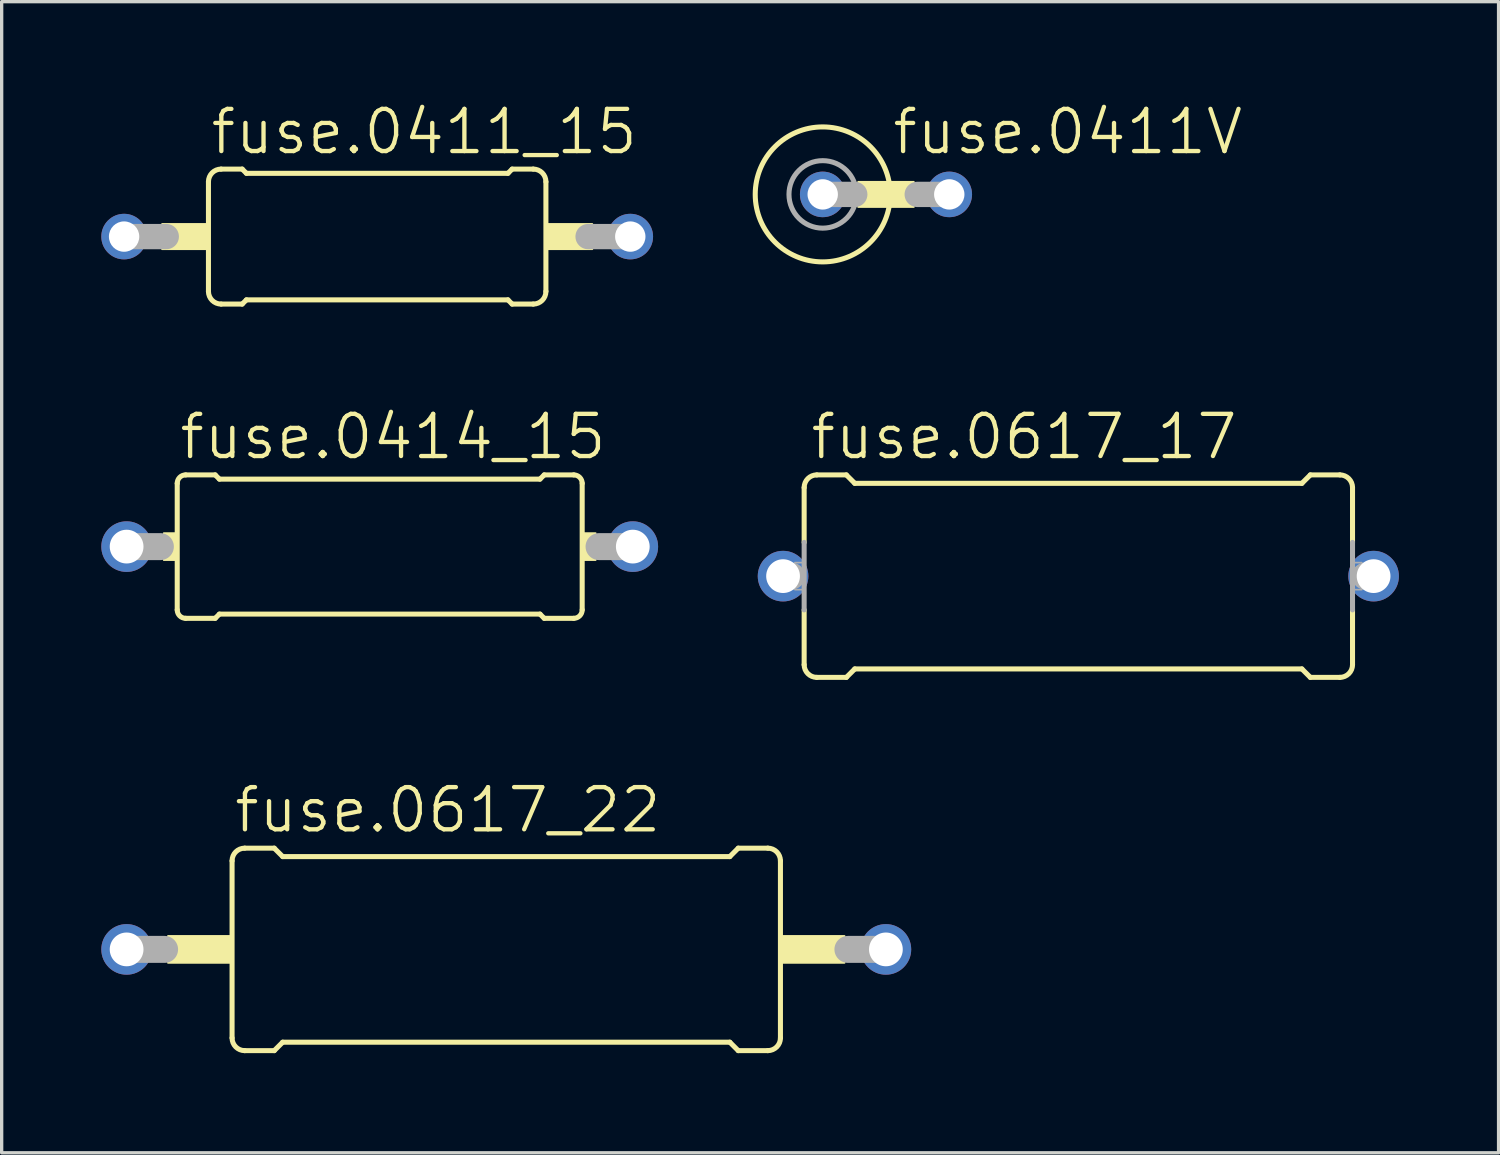
<source format=kicad_pcb>
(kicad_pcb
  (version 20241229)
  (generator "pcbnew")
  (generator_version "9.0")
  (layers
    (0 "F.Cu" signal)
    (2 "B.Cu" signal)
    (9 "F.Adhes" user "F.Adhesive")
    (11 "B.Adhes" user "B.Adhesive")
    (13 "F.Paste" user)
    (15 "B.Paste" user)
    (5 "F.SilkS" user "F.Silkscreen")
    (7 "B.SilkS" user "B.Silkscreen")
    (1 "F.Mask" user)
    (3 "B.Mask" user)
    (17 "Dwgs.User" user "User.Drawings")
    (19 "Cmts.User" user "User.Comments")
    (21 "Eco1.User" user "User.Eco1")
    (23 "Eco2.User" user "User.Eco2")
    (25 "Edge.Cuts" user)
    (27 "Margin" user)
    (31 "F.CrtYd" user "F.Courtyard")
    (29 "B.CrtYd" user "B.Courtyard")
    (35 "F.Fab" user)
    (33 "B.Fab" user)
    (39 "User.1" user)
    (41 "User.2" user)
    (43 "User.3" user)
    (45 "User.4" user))
  (footprint "fuse.0617_22"
    (layer "F.Cu")
    (at 12.192 25.534)
    (property "Reference" "fuse.0617_22" (at -8.255 -3.454 0) (layer "F.SilkS") (effects (font (size 1.27 1.27) (thickness 0.13)) (justify left bottom)))
    (attr through_hole)
    (fp_line (start -8.255 2.667) (end -8.255 -2.667) (stroke (width 0.152) (type default)) (layer "F.SilkS"))
    (fp_line (start -7.874 -3.048) (end -6.985 -3.048) (stroke (width 0.152) (type default)) (layer "F.SilkS"))
    (fp_line (start -7.874 3.048) (end -6.985 3.048) (stroke (width 0.152) (type default)) (layer "F.SilkS"))
    (fp_line (start -6.731 -2.794) (end -6.985 -3.048) (stroke (width 0.152) (type default)) (layer "F.SilkS"))
    (fp_line (start -6.731 2.794) (end -6.985 3.048) (stroke (width 0.152) (type default)) (layer "F.SilkS"))
    (fp_line (start 6.731 -2.794) (end -6.731 -2.794) (stroke (width 0.152) (type default)) (layer "F.SilkS"))
    (fp_line (start 6.731 -2.794) (end 6.985 -3.048) (stroke (width 0.152) (type default)) (layer "F.SilkS"))
    (fp_line (start 6.731 2.794) (end -6.731 2.794) (stroke (width 0.152) (type default)) (layer "F.SilkS"))
    (fp_line (start 6.731 2.794) (end 6.985 3.048) (stroke (width 0.152) (type default)) (layer "F.SilkS"))
    (fp_line (start 7.874 -3.048) (end 6.985 -3.048) (stroke (width 0.152) (type default)) (layer "F.SilkS"))
    (fp_line (start 7.874 3.048) (end 6.985 3.048) (stroke (width 0.152) (type default)) (layer "F.SilkS"))
    (fp_line (start 8.255 2.667) (end 8.255 -2.667) (stroke (width 0.152) (type default)) (layer "F.SilkS"))
    (fp_rect (start -10.185 0.406) (end -8.255 -0.406) (stroke (width 0.05) (type default)) (fill yes) (layer "F.SilkS"))
    (fp_rect (start 8.255 0.406) (end 10.185 -0.406) (stroke (width 0.05) (type default)) (fill yes) (layer "F.SilkS"))
    (fp_arc (start -8.255 -2.667) (mid -8.143408 -2.936408) (end -7.874 -3.048) (stroke (width 0.1524) (type default)) (layer "F.SilkS"))
    (fp_arc (start -7.874 3.048) (mid -8.143408 2.936408) (end -8.255 2.667) (stroke (width 0.1524) (type default)) (layer "F.SilkS"))
    (fp_arc (start 7.874 -3.048) (mid 8.143408 -2.936408) (end 8.255 -2.667) (stroke (width 0.1524) (type default)) (layer "F.SilkS"))
    (fp_arc (start 8.255 2.667) (mid 8.143408 2.936408) (end 7.874 3.048) (stroke (width 0.1524) (type default)) (layer "F.SilkS"))
    (fp_line (start -10.287 0) (end -11.43 0) (stroke (width 0.813) (type default)) (layer "F.Fab"))
    (fp_line (start 11.43 0) (end 10.287 0) (stroke (width 0.813) (type default)) (layer "F.Fab"))
    (pad "1" thru_hole circle (at -11.43 0) (size 1.524 1.524) (drill 1.016) (layers "*.Cu" "*.Mask"))
    (pad "2" thru_hole circle (at 11.43 0) (size 1.524 1.524) (drill 1.016) (layers "*.Cu" "*.Mask")))
  (footprint "fuse.0411_15"
    (layer "F.Cu")
    (at 8.306 4.073)
    (property "Reference" "fuse.0411_15" (at -5.08 -2.413 0) (layer "F.SilkS") (effects (font (size 1.27 1.27) (thickness 0.13)) (justify left bottom)))
    (attr through_hole)
    (fp_line (start -5.08 -1.651) (end -5.08 1.651) (stroke (width 0.152) (type default)) (layer "F.SilkS"))
    (fp_line (start -4.699 -2.032) (end -4.064 -2.032) (stroke (width 0.152) (type default)) (layer "F.SilkS"))
    (fp_line (start -4.699 2.032) (end -4.064 2.032) (stroke (width 0.152) (type default)) (layer "F.SilkS"))
    (fp_line (start -3.937 -1.905) (end -4.064 -2.032) (stroke (width 0.152) (type default)) (layer "F.SilkS"))
    (fp_line (start -3.937 -1.905) (end 3.937 -1.905) (stroke (width 0.152) (type default)) (layer "F.SilkS"))
    (fp_line (start -3.937 1.905) (end -4.064 2.032) (stroke (width 0.152) (type default)) (layer "F.SilkS"))
    (fp_line (start -3.937 1.905) (end 3.937 1.905) (stroke (width 0.152) (type default)) (layer "F.SilkS"))
    (fp_line (start 3.937 -1.905) (end 4.064 -2.032) (stroke (width 0.152) (type default)) (layer "F.SilkS"))
    (fp_line (start 3.937 1.905) (end 4.064 2.032) (stroke (width 0.152) (type default)) (layer "F.SilkS"))
    (fp_line (start 4.699 -2.032) (end 4.064 -2.032) (stroke (width 0.152) (type default)) (layer "F.SilkS"))
    (fp_line (start 4.699 2.032) (end 4.064 2.032) (stroke (width 0.152) (type default)) (layer "F.SilkS"))
    (fp_line (start 5.08 1.651) (end 5.08 -1.651) (stroke (width 0.152) (type default)) (layer "F.SilkS"))
    (fp_rect (start -6.477 0.381) (end -5.08 -0.381) (stroke (width 0.05) (type default)) (fill yes) (layer "F.SilkS"))
    (fp_rect (start 5.08 0.381) (end 6.477 -0.381) (stroke (width 0.05) (type default)) (fill yes) (layer "F.SilkS"))
    (fp_arc (start -5.08 -1.651) (mid -4.968408 -1.920408) (end -4.699 -2.032) (stroke (width 0.1524) (type default)) (layer "F.SilkS"))
    (fp_arc (start -4.699 2.032) (mid -4.968408 1.920408) (end -5.08 1.651) (stroke (width 0.1524) (type default)) (layer "F.SilkS"))
    (fp_arc (start 4.699 -2.032) (mid 4.968408 -1.920408) (end 5.08 -1.651) (stroke (width 0.1524) (type default)) (layer "F.SilkS"))
    (fp_arc (start 5.08 1.651) (mid 4.968408 1.920408) (end 4.699 2.032) (stroke (width 0.1524) (type default)) (layer "F.SilkS"))
    (fp_line (start -7.62 0) (end -6.35 0) (stroke (width 0.762) (type default)) (layer "F.Fab"))
    (fp_line (start 6.35 0) (end 7.62 0) (stroke (width 0.762) (type default)) (layer "F.Fab"))
    (pad "1" thru_hole circle (at -7.62 0) (size 1.372 1.372) (drill 0.914) (layers "*.Cu" "*.Mask"))
    (pad "2" thru_hole circle (at 7.62 0) (size 1.372 1.372) (drill 0.914) (layers "*.Cu" "*.Mask")))
  (footprint "fuse.0414_15"
    (layer "F.Cu")
    (at 8.382 13.407)
    (property "Reference" "fuse.0414_15" (at -6.096 -2.565 0) (layer "F.SilkS") (effects (font (size 1.27 1.27) (thickness 0.13)) (justify left bottom)))
    (attr through_hole)
    (fp_line (start -6.096 1.905) (end -6.096 -1.905) (stroke (width 0.152) (type default)) (layer "F.SilkS"))
    (fp_line (start -5.842 -2.159) (end -4.953 -2.159) (stroke (width 0.152) (type default)) (layer "F.SilkS"))
    (fp_line (start -5.842 2.159) (end -4.953 2.159) (stroke (width 0.152) (type default)) (layer "F.SilkS"))
    (fp_line (start -4.826 -2.032) (end -4.953 -2.159) (stroke (width 0.152) (type default)) (layer "F.SilkS"))
    (fp_line (start -4.826 2.032) (end -4.953 2.159) (stroke (width 0.152) (type default)) (layer "F.SilkS"))
    (fp_line (start 4.826 -2.032) (end -4.826 -2.032) (stroke (width 0.152) (type default)) (layer "F.SilkS"))
    (fp_line (start 4.826 -2.032) (end 4.953 -2.159) (stroke (width 0.152) (type default)) (layer "F.SilkS"))
    (fp_line (start 4.826 2.032) (end -4.826 2.032) (stroke (width 0.152) (type default)) (layer "F.SilkS"))
    (fp_line (start 4.826 2.032) (end 4.953 2.159) (stroke (width 0.152) (type default)) (layer "F.SilkS"))
    (fp_line (start 5.842 -2.159) (end 4.953 -2.159) (stroke (width 0.152) (type default)) (layer "F.SilkS"))
    (fp_line (start 5.842 2.159) (end 4.953 2.159) (stroke (width 0.152) (type default)) (layer "F.SilkS"))
    (fp_line (start 6.096 1.905) (end 6.096 -1.905) (stroke (width 0.152) (type default)) (layer "F.SilkS"))
    (fp_rect (start -6.502 0.406) (end -6.096 -0.406) (stroke (width 0.05) (type default)) (fill yes) (layer "F.SilkS"))
    (fp_rect (start 6.096 0.406) (end 6.502 -0.406) (stroke (width 0.05) (type default)) (fill yes) (layer "F.SilkS"))
    (fp_arc (start -6.096 -1.905) (mid -6.021605 -2.084605) (end -5.842 -2.159) (stroke (width 0.1524) (type default)) (layer "F.SilkS"))
    (fp_arc (start -5.842 2.159) (mid -6.021605 2.084605) (end -6.096 1.905) (stroke (width 0.1524) (type default)) (layer "F.SilkS"))
    (fp_arc (start 5.842 -2.159) (mid 6.021605 -2.084605) (end 6.096 -1.905) (stroke (width 0.1524) (type default)) (layer "F.SilkS"))
    (fp_arc (start 6.096 1.905) (mid 6.021605 2.084605) (end 5.842 2.159) (stroke (width 0.1524) (type default)) (layer "F.SilkS"))
    (fp_line (start -7.62 0) (end -6.604 0) (stroke (width 0.813) (type default)) (layer "F.Fab"))
    (fp_line (start 7.62 0) (end 6.604 0) (stroke (width 0.813) (type default)) (layer "F.Fab"))
    (pad "1" thru_hole circle (at -7.62 0) (size 1.524 1.524) (drill 1.016) (layers "*.Cu" "*.Mask"))
    (pad "2" thru_hole circle (at 7.62 0) (size 1.524 1.524) (drill 1.016) (layers "*.Cu" "*.Mask")))
  (footprint "fuse.0411V"
    (layer "F.Cu")
    (at 24.26 2.803)
    (property "Reference" "fuse.0411V" (at -0.508 -1.143 0) (layer "F.SilkS") (effects (font (size 1.27 1.27) (thickness 0.13)) (justify left bottom)))
    (attr through_hole)
    (fp_rect (start -1.473 0.381) (end 0.203 -0.381) (stroke (width 0.05) (type default)) (fill yes) (layer "F.SilkS"))
    (fp_circle (center -2.54 0) (end -0.508 0) (stroke (width 0.152) (type default)) (fill no) (layer "F.SilkS"))
    (fp_line (start -1.575 0) (end -2.54 0) (stroke (width 0.762) (type default)) (layer "F.Fab"))
    (fp_line (start 1.27 0) (end 0.305 0) (stroke (width 0.762) (type default)) (layer "F.Fab"))
    (fp_circle (center -2.54 0) (end -1.524 0) (stroke (width 0.152) (type default)) (fill no) (layer "F.Fab"))
    (pad "1" thru_hole circle (at -2.54 0) (size 1.372 1.372) (drill 0.914) (layers "*.Cu" "*.Mask"))
    (pad "2" thru_hole circle (at 1.27 0) (size 1.372 1.372) (drill 0.914) (layers "*.Cu" "*.Mask")))
  (footprint "fuse.0617_17"
    (layer "F.Cu")
    (at 29.416 14.296)
    (property "Reference" "fuse.0617_17" (at -8.128 -3.454 0) (layer "F.SilkS") (effects (font (size 1.27 1.27) (thickness 0.13)) (justify left bottom)))
    (attr through_hole)
    (fp_line (start -8.255 -1.016) (end -8.255 -2.667) (stroke (width 0.152) (type default)) (layer "F.SilkS"))
    (fp_line (start -8.255 2.667) (end -8.255 1.016) (stroke (width 0.152) (type default)) (layer "F.SilkS"))
    (fp_line (start -7.874 -3.048) (end -6.985 -3.048) (stroke (width 0.152) (type default)) (layer "F.SilkS"))
    (fp_line (start -7.874 3.048) (end -6.985 3.048) (stroke (width 0.152) (type default)) (layer "F.SilkS"))
    (fp_line (start -6.731 -2.794) (end -6.985 -3.048) (stroke (width 0.152) (type default)) (layer "F.SilkS"))
    (fp_line (start -6.731 2.794) (end -6.985 3.048) (stroke (width 0.152) (type default)) (layer "F.SilkS"))
    (fp_line (start 6.731 -2.794) (end -6.731 -2.794) (stroke (width 0.152) (type default)) (layer "F.SilkS"))
    (fp_line (start 6.731 -2.794) (end 6.985 -3.048) (stroke (width 0.152) (type default)) (layer "F.SilkS"))
    (fp_line (start 6.731 2.794) (end -6.731 2.794) (stroke (width 0.152) (type default)) (layer "F.SilkS"))
    (fp_line (start 6.731 2.794) (end 6.985 3.048) (stroke (width 0.152) (type default)) (layer "F.SilkS"))
    (fp_line (start 7.874 -3.048) (end 6.985 -3.048) (stroke (width 0.152) (type default)) (layer "F.SilkS"))
    (fp_line (start 7.874 3.048) (end 6.985 3.048) (stroke (width 0.152) (type default)) (layer "F.SilkS"))
    (fp_line (start 8.255 -1.016) (end 8.255 -2.667) (stroke (width 0.152) (type default)) (layer "F.SilkS"))
    (fp_line (start 8.255 2.667) (end 8.255 1.016) (stroke (width 0.152) (type default)) (layer "F.SilkS"))
    (fp_arc (start -8.255 -2.667) (mid -8.143408 -2.936408) (end -7.874 -3.048) (stroke (width 0.1524) (type default)) (layer "F.SilkS"))
    (fp_arc (start -7.874 3.048) (mid -8.143408 2.936408) (end -8.255 2.667) (stroke (width 0.1524) (type default)) (layer "F.SilkS"))
    (fp_arc (start 7.874 -3.048) (mid 8.143408 -2.936408) (end 8.255 -2.667) (stroke (width 0.1524) (type default)) (layer "F.SilkS"))
    (fp_arc (start 8.255 2.667) (mid 8.143408 2.936408) (end 7.874 3.048) (stroke (width 0.1524) (type default)) (layer "F.SilkS"))
    (fp_line (start -8.89 0) (end -8.636 0) (stroke (width 0.813) (type default)) (layer "F.Fab"))
    (fp_line (start -8.255 -1.016) (end -8.255 1.016) (stroke (width 0.152) (type default)) (layer "F.Fab"))
    (fp_line (start 8.255 -1.016) (end 8.255 1.016) (stroke (width 0.152) (type default)) (layer "F.Fab"))
    (fp_line (start 8.636 0) (end 8.89 0) (stroke (width 0.813) (type default)) (layer "F.Fab"))
    (fp_rect (start -8.534 0.406) (end -8.23 -0.406) (stroke (width 0.05) (type default)) (fill no) (layer "F.Fab"))
    (fp_rect (start 8.23 0.406) (end 8.534 -0.406) (stroke (width 0.05) (type default)) (fill no) (layer "F.Fab"))
    (pad "1" thru_hole circle (at -8.89 0) (size 1.524 1.524) (drill 1.016) (layers "*.Cu" "*.Mask"))
    (pad "2" thru_hole circle (at 8.89 0) (size 1.524 1.524) (drill 1.016) (layers "*.Cu" "*.Mask")))
  (gr_rect
    (start -3 -3)
    (end 42.068 31.658)
    (stroke (width 0.1) (type default))
    (fill no)
    (layer "Edge.Cuts")))
</source>
